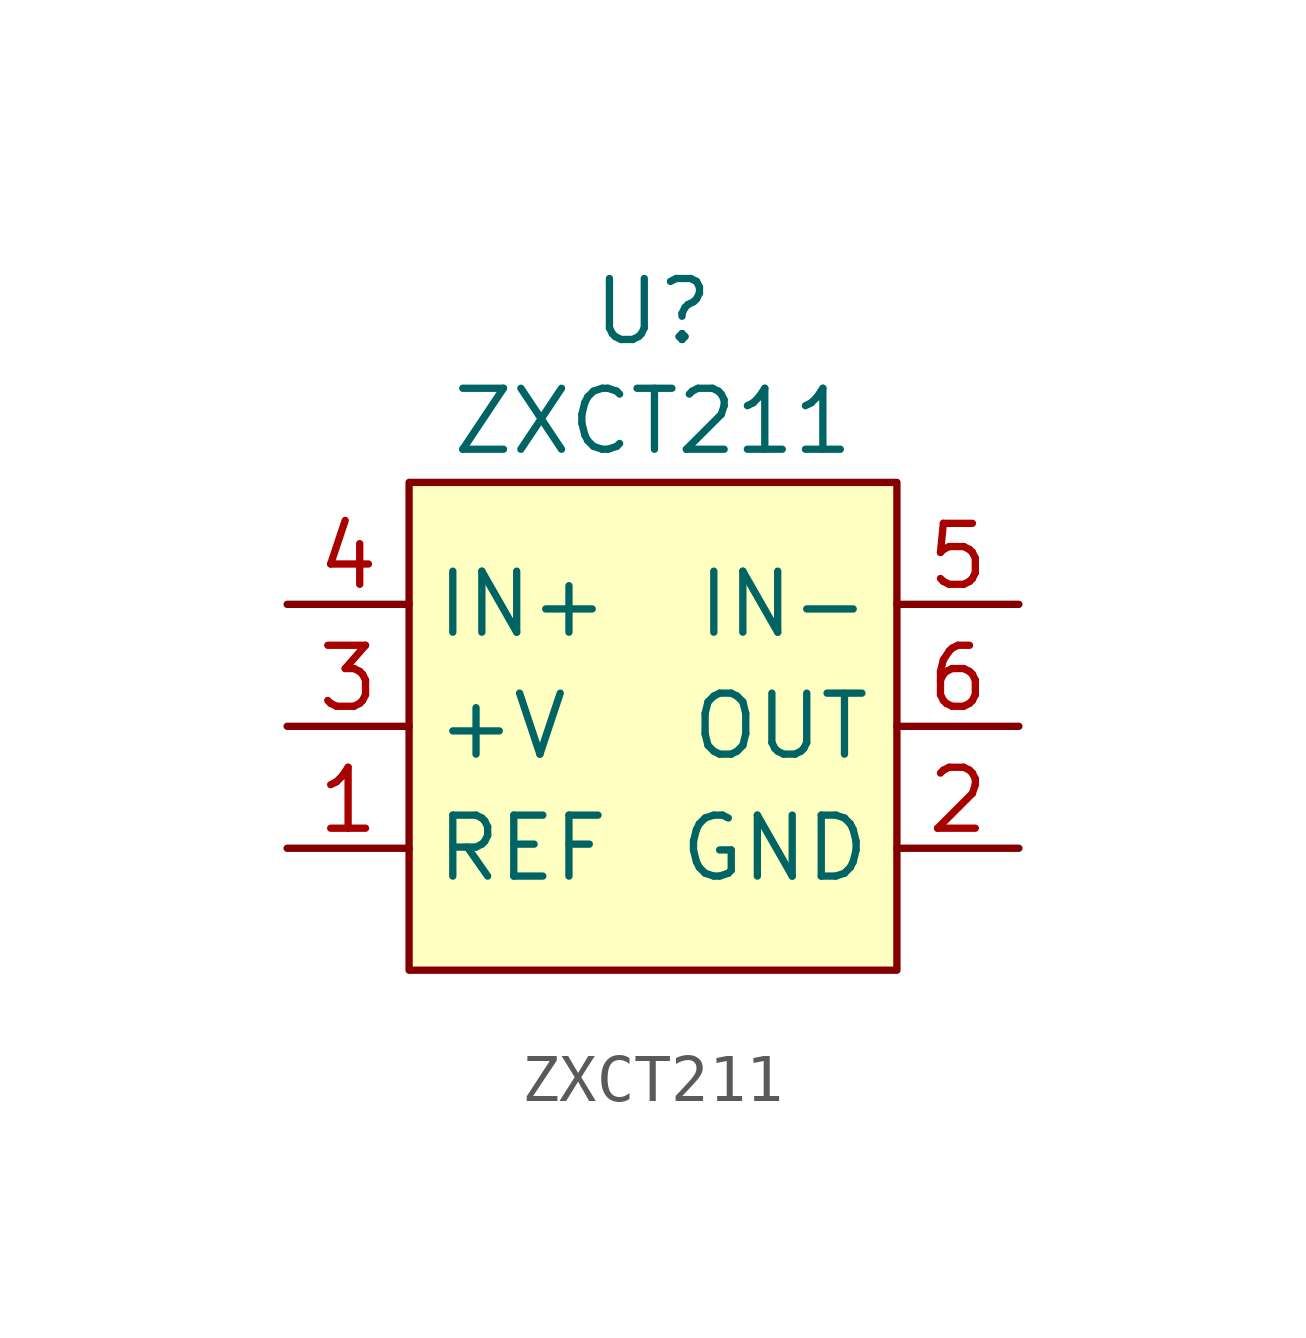
<source format=kicad_sym>
(kicad_symbol_lib
  (version 20241209)
  (generator "kicad_symbol_editor")
  (generator_version "9.0")
  (symbol "ZXCT211"
    (property "Reference" "U"
      (at 0 8.636 0)
      (effects (font (size 1.27 1.27))))
    (property "Value" "ZXCT211"
      (at 0 6.35 0)
      (effects (font (size 1.27 1.27))))
    (symbol "ZXCT211_1_1"
      (rectangle (start -5.08 5.08) (end 5.08 -5.08) (stroke (width 0) (type solid)) (fill (type background)))
      (pin passive line (at -7.62 2.54 0) (length 2.54) (name "IN+" (effects (font (size 1.27 1.27)))) (number "4" (effects (font (size 1.27 1.27)))))
      (pin passive line (at -7.62 0 0) (length 2.54) (name "+V" (effects (font (size 1.27 1.27)))) (number "3" (effects (font (size 1.27 1.27)))))
      (pin passive line (at -7.62 -2.54 0) (length 2.54) (name "REF" (effects (font (size 1.27 1.27)))) (number "1" (effects (font (size 1.27 1.27)))))
      (pin passive line (at 7.62 2.54 180) (length 2.54) (name "IN-" (effects (font (size 1.27 1.27)))) (number "5" (effects (font (size 1.27 1.27)))))
      (pin passive line (at 7.62 0 180) (length 2.54) (name "OUT" (effects (font (size 1.27 1.27)))) (number "6" (effects (font (size 1.27 1.27)))))
      (pin passive line (at 7.62 -2.54 180) (length 2.54) (name "GND" (effects (font (size 1.27 1.27)))) (number "2" (effects (font (size 1.27 1.27))))))))
</source>
